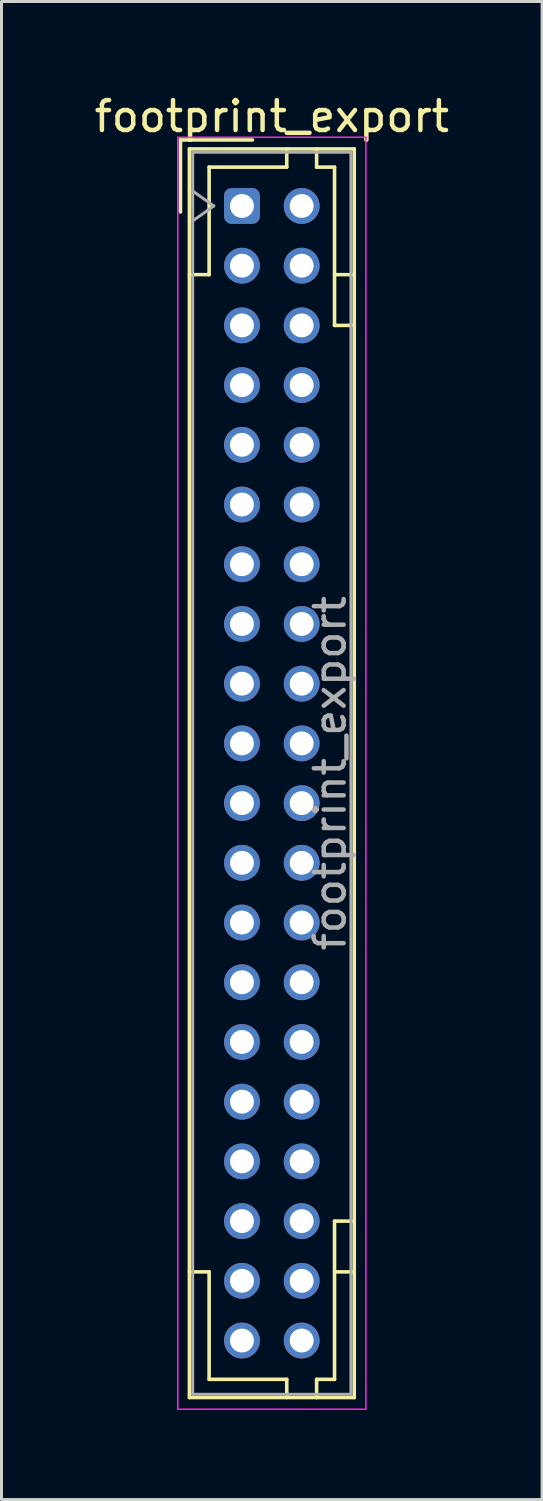
<source format=kicad_pcb>
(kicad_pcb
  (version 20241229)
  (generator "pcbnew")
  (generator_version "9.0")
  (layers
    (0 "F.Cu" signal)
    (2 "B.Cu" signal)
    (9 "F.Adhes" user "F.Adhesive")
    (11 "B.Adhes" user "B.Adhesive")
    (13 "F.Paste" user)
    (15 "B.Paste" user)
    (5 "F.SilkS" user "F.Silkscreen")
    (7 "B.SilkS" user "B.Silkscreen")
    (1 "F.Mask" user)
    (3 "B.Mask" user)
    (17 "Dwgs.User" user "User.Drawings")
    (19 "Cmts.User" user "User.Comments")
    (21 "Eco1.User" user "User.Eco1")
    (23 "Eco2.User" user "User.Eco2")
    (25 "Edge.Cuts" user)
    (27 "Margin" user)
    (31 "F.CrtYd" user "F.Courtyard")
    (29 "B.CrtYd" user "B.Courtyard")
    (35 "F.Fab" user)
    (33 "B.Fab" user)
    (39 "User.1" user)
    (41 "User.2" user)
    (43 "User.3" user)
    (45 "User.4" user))
  (footprint "footprint_export"
    (layer "F.Cu")
    (at 5.054 3.848)
    (property "Reference" "footprint_export" (at 1 -3 0) (layer "F.SilkS") (effects (font (size 1 1) (thickness 0.15))))
    (attr through_hole)
    (fp_line (start -2.06 -2.21) (end -2.06 0.2) (stroke (width 0.12) (type solid)) (layer "F.SilkS"))
    (fp_line (start -1.76 -1.91) (end -1.76 39.91) (stroke (width 0.12) (type solid)) (layer "F.SilkS"))
    (fp_line (start -1.76 39.91) (end 3.76 39.91) (stroke (width 0.12) (type solid)) (layer "F.SilkS"))
    (fp_line (start -1.1 -1.3) (end -1.1 2.3) (stroke (width 0.12) (type solid)) (layer "F.SilkS"))
    (fp_line (start -1.1 2.3) (end -1.76 2.3) (stroke (width 0.12) (type solid)) (layer "F.SilkS"))
    (fp_line (start -1.1 35.7) (end -1.76 35.7) (stroke (width 0.12) (type solid)) (layer "F.SilkS"))
    (fp_line (start -1.1 39.3) (end -1.1 35.7) (stroke (width 0.12) (type solid)) (layer "F.SilkS"))
    (fp_line (start 0.35 -2.21) (end -2.06 -2.21) (stroke (width 0.12) (type solid)) (layer "F.SilkS"))
    (fp_line (start 1.5 -1.91) (end 1.5 -1.3) (stroke (width 0.12) (type solid)) (layer "F.SilkS"))
    (fp_line (start 1.5 -1.3) (end -1.1 -1.3) (stroke (width 0.12) (type solid)) (layer "F.SilkS"))
    (fp_line (start 1.5 39.3) (end -1.1 39.3) (stroke (width 0.12) (type solid)) (layer "F.SilkS"))
    (fp_line (start 1.5 39.91) (end 1.5 39.3) (stroke (width 0.12) (type solid)) (layer "F.SilkS"))
    (fp_line (start 2.5 -1.91) (end 2.5 -1.3) (stroke (width 0.12) (type solid)) (layer "F.SilkS"))
    (fp_line (start 2.5 -1.3) (end 3.1 -1.3) (stroke (width 0.12) (type solid)) (layer "F.SilkS"))
    (fp_line (start 2.5 39.3) (end 3.1 39.3) (stroke (width 0.12) (type solid)) (layer "F.SilkS"))
    (fp_line (start 2.5 39.91) (end 2.5 39.3) (stroke (width 0.12) (type solid)) (layer "F.SilkS"))
    (fp_line (start 3.1 -1.3) (end 3.1 4) (stroke (width 0.12) (type solid)) (layer "F.SilkS"))
    (fp_line (start 3.1 4) (end 3.76 4) (stroke (width 0.12) (type solid)) (layer "F.SilkS"))
    (fp_line (start 3.1 34) (end 3.76 34) (stroke (width 0.12) (type solid)) (layer "F.SilkS"))
    (fp_line (start 3.1 39.3) (end 3.1 34) (stroke (width 0.12) (type solid)) (layer "F.SilkS"))
    (fp_line (start 3.76 -1.91) (end -1.76 -1.91) (stroke (width 0.12) (type solid)) (layer "F.SilkS"))
    (fp_line (start 3.76 2.3) (end 3.1 2.3) (stroke (width 0.12) (type solid)) (layer "F.SilkS"))
    (fp_line (start 3.76 35.7) (end 3.1 35.7) (stroke (width 0.12) (type solid)) (layer "F.SilkS"))
    (fp_line (start 3.76 39.91) (end 3.76 -1.91) (stroke (width 0.12) (type solid)) (layer "F.SilkS"))
    (fp_line (start -2.15 -2.3) (end -2.15 40.3) (stroke (width 0.05) (type solid)) (layer "F.CrtYd"))
    (fp_line (start -2.15 40.3) (end 4.15 40.3) (stroke (width 0.05) (type solid)) (layer "F.CrtYd"))
    (fp_line (start 4.15 -2.3) (end -2.15 -2.3) (stroke (width 0.05) (type solid)) (layer "F.CrtYd"))
    (fp_line (start 4.15 40.3) (end 4.15 -2.3) (stroke (width 0.05) (type solid)) (layer "F.CrtYd"))
    (fp_line (start -1.65 -1.8) (end -1.65 39.8) (stroke (width 0.1) (type solid)) (layer "F.Fab"))
    (fp_line (start -1.65 0.5) (end -0.943 0) (stroke (width 0.1) (type solid)) (layer "F.Fab"))
    (fp_line (start -1.65 39.8) (end 3.65 39.8) (stroke (width 0.1) (type solid)) (layer "F.Fab"))
    (fp_line (start -0.943 0) (end -1.65 -0.5) (stroke (width 0.1) (type solid)) (layer "F.Fab"))
    (fp_line (start 3.65 -1.8) (end -1.65 -1.8) (stroke (width 0.1) (type solid)) (layer "F.Fab"))
    (fp_line (start 3.65 39.8) (end 3.65 -1.8) (stroke (width 0.1) (type solid)) (layer "F.Fab"))
    (fp_text user "${REFERENCE}" (at 2.95 19 90) (layer "F.Fab") (effects (font (size 1 1) (thickness 0.15))))
    (pad "a1" thru_hole roundrect (at 0 0) (size 1.2 1.2) (drill 0.8) (layers "*.Cu" "*.Mask") (roundrect_rratio 0.208))
    (pad "a2" thru_hole circle (at 0 2) (size 1.2 1.2) (drill 0.8) (layers "*.Cu" "*.Mask"))
    (pad "a3" thru_hole circle (at 0 4) (size 1.2 1.2) (drill 0.8) (layers "*.Cu" "*.Mask"))
    (pad "a4" thru_hole circle (at 0 6) (size 1.2 1.2) (drill 0.8) (layers "*.Cu" "*.Mask"))
    (pad "a5" thru_hole circle (at 0 8) (size 1.2 1.2) (drill 0.8) (layers "*.Cu" "*.Mask"))
    (pad "a6" thru_hole circle (at 0 10) (size 1.2 1.2) (drill 0.8) (layers "*.Cu" "*.Mask"))
    (pad "a7" thru_hole circle (at 0 12) (size 1.2 1.2) (drill 0.8) (layers "*.Cu" "*.Mask"))
    (pad "a8" thru_hole circle (at 0 14) (size 1.2 1.2) (drill 0.8) (layers "*.Cu" "*.Mask"))
    (pad "a9" thru_hole circle (at 0 16) (size 1.2 1.2) (drill 0.8) (layers "*.Cu" "*.Mask"))
    (pad "a10" thru_hole circle (at 0 18) (size 1.2 1.2) (drill 0.8) (layers "*.Cu" "*.Mask"))
    (pad "a11" thru_hole circle (at 0 20) (size 1.2 1.2) (drill 0.8) (layers "*.Cu" "*.Mask"))
    (pad "a12" thru_hole circle (at 0 22) (size 1.2 1.2) (drill 0.8) (layers "*.Cu" "*.Mask"))
    (pad "a13" thru_hole circle (at 0 24) (size 1.2 1.2) (drill 0.8) (layers "*.Cu" "*.Mask"))
    (pad "a14" thru_hole circle (at 0 26) (size 1.2 1.2) (drill 0.8) (layers "*.Cu" "*.Mask"))
    (pad "a15" thru_hole circle (at 0 28) (size 1.2 1.2) (drill 0.8) (layers "*.Cu" "*.Mask"))
    (pad "a16" thru_hole circle (at 0 30) (size 1.2 1.2) (drill 0.8) (layers "*.Cu" "*.Mask"))
    (pad "a17" thru_hole circle (at 0 32) (size 1.2 1.2) (drill 0.8) (layers "*.Cu" "*.Mask"))
    (pad "a18" thru_hole circle (at 0 34) (size 1.2 1.2) (drill 0.8) (layers "*.Cu" "*.Mask"))
    (pad "a19" thru_hole circle (at 0 36) (size 1.2 1.2) (drill 0.8) (layers "*.Cu" "*.Mask"))
    (pad "a20" thru_hole circle (at 0 38) (size 1.2 1.2) (drill 0.8) (layers "*.Cu" "*.Mask"))
    (pad "b1" thru_hole circle (at 2 0) (size 1.2 1.2) (drill 0.8) (layers "*.Cu" "*.Mask"))
    (pad "b2" thru_hole circle (at 2 2) (size 1.2 1.2) (drill 0.8) (layers "*.Cu" "*.Mask"))
    (pad "b3" thru_hole circle (at 2 4) (size 1.2 1.2) (drill 0.8) (layers "*.Cu" "*.Mask"))
    (pad "b4" thru_hole circle (at 2 6) (size 1.2 1.2) (drill 0.8) (layers "*.Cu" "*.Mask"))
    (pad "b5" thru_hole circle (at 2 8) (size 1.2 1.2) (drill 0.8) (layers "*.Cu" "*.Mask"))
    (pad "b6" thru_hole circle (at 2 10) (size 1.2 1.2) (drill 0.8) (layers "*.Cu" "*.Mask"))
    (pad "b7" thru_hole circle (at 2 12) (size 1.2 1.2) (drill 0.8) (layers "*.Cu" "*.Mask"))
    (pad "b8" thru_hole circle (at 2 14) (size 1.2 1.2) (drill 0.8) (layers "*.Cu" "*.Mask"))
    (pad "b9" thru_hole circle (at 2 16) (size 1.2 1.2) (drill 0.8) (layers "*.Cu" "*.Mask"))
    (pad "b10" thru_hole circle (at 2 18) (size 1.2 1.2) (drill 0.8) (layers "*.Cu" "*.Mask"))
    (pad "b11" thru_hole circle (at 2 20) (size 1.2 1.2) (drill 0.8) (layers "*.Cu" "*.Mask"))
    (pad "b12" thru_hole circle (at 2 22) (size 1.2 1.2) (drill 0.8) (layers "*.Cu" "*.Mask"))
    (pad "b13" thru_hole circle (at 2 24) (size 1.2 1.2) (drill 0.8) (layers "*.Cu" "*.Mask"))
    (pad "b14" thru_hole circle (at 2 26) (size 1.2 1.2) (drill 0.8) (layers "*.Cu" "*.Mask"))
    (pad "b15" thru_hole circle (at 2 28) (size 1.2 1.2) (drill 0.8) (layers "*.Cu" "*.Mask"))
    (pad "b16" thru_hole circle (at 2 30) (size 1.2 1.2) (drill 0.8) (layers "*.Cu" "*.Mask"))
    (pad "b17" thru_hole circle (at 2 32) (size 1.2 1.2) (drill 0.8) (layers "*.Cu" "*.Mask"))
    (pad "b18" thru_hole circle (at 2 34) (size 1.2 1.2) (drill 0.8) (layers "*.Cu" "*.Mask"))
    (pad "b19" thru_hole circle (at 2 36) (size 1.2 1.2) (drill 0.8) (layers "*.Cu" "*.Mask"))
    (pad "b20" thru_hole circle (at 2 38) (size 1.2 1.2) (drill 0.8) (layers "*.Cu" "*.Mask")))
  (gr_rect
    (start -3 -3)
    (end 15.107 47.173)
    (stroke (width 0.1) (type default))
    (fill no)
    (layer "Edge.Cuts")))
</source>
